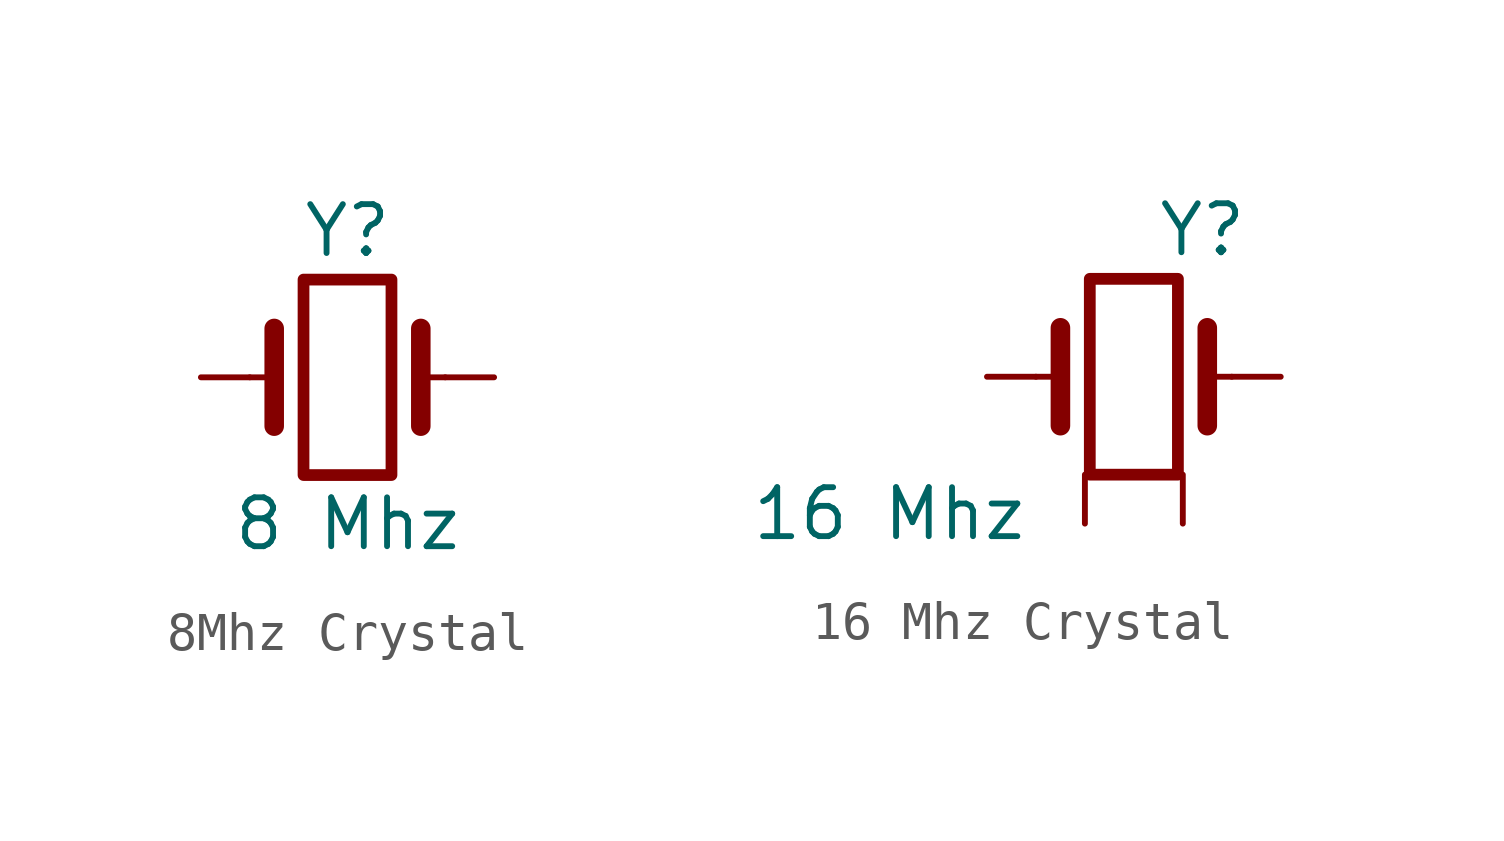
<source format=kicad_sym>
(kicad_symbol_lib
  (version 20231120)
  (generator "kicad_symbol_editor")
  (generator_version "8.0")
  (symbol "8Mhz Crystal"
    (pin_numbers hide)
    (pin_names
      (offset 1.016) hide)
    (property "Reference" "Y"
      (at 0 3.81 0)
      (effects (font (size 1.27 1.27))))
    (property "Value" "8 Mhz"
      (at 0 -3.81 0)
      (effects (font (size 1.27 1.27))))
    (symbol "8Mhz Crystal_0_1"
      (rectangle (start -1.143 2.54) (end 1.143 -2.54) (stroke (width 0.305) (type default)) (fill (type none)))
      (polyline (pts (xy -2.54 0) (xy -1.905 0)) (stroke (width 0) (type default)) (fill (type none)))
      (polyline (pts (xy -1.905 -1.27) (xy -1.905 1.27)) (stroke (width 0.508) (type default)) (fill (type none)))
      (polyline (pts (xy 1.905 -1.27) (xy 1.905 1.27)) (stroke (width 0.508) (type default)) (fill (type none)))
      (polyline (pts (xy 2.54 0) (xy 1.905 0)) (stroke (width 0) (type default)) (fill (type none))))
    (symbol "8Mhz Crystal_1_1"
      (pin passive line (at -3.81 0 0) (length 1.27) (name "1" (effects (font (size 1.27 1.27)))) (number "1" (effects (font (size 1.27 1.27)))))
      (pin passive line (at 3.81 0 180) (length 1.27) (name "2" (effects (font (size 1.27 1.27)))) (number "2" (effects (font (size 1.27 1.27)))))))
  (symbol "16 Mhz Crystal"
    (pin_numbers hide)
    (pin_names
      (offset 1.016) hide)
    (property "Reference" "Y"
      (at 1.778 3.81 0)
      (effects (font (size 1.27 1.27))))
    (property "Value" "16 Mhz"
      (at -6.35 -3.556 0)
      (effects (font (size 1.27 1.27))))
    (symbol "16 Mhz Crystal_0_1"
      (rectangle (start -1.143 2.54) (end 1.143 -2.54) (stroke (width 0.305) (type default)) (fill (type none)))
      (polyline (pts (xy -2.54 0) (xy -1.905 0)) (stroke (width 0) (type default)) (fill (type none)))
      (polyline (pts (xy -1.905 -1.27) (xy -1.905 1.27)) (stroke (width 0.508) (type default)) (fill (type none)))
      (polyline (pts (xy 1.905 -1.27) (xy 1.905 1.27)) (stroke (width 0.508) (type default)) (fill (type none)))
      (polyline (pts (xy 2.54 0) (xy 1.905 0)) (stroke (width 0) (type default)) (fill (type none))))
    (symbol "16 Mhz Crystal_1_1"
      (pin passive line (at -3.81 0 0) (length 1.27) (name "1" (effects (font (size 1.27 1.27)))) (number "1" (effects (font (size 1.27 1.27)))))
      (pin power_in line (at -1.27 -3.81 90) (length 1.27) (name "2" (effects (font (size 1.27 1.27)))) (number "2" (effects (font (size 1.27 1.27)))))
      (pin passive line (at 3.81 0 180) (length 1.27) (name "3" (effects (font (size 1.27 1.27)))) (number "3" (effects (font (size 1.27 1.27)))))
      (pin power_in line (at 1.27 -3.81 90) (length 1.27) (name "4" (effects (font (size 1.27 1.27)))) (number "4" (effects (font (size 1.27 1.27))))))))
</source>
